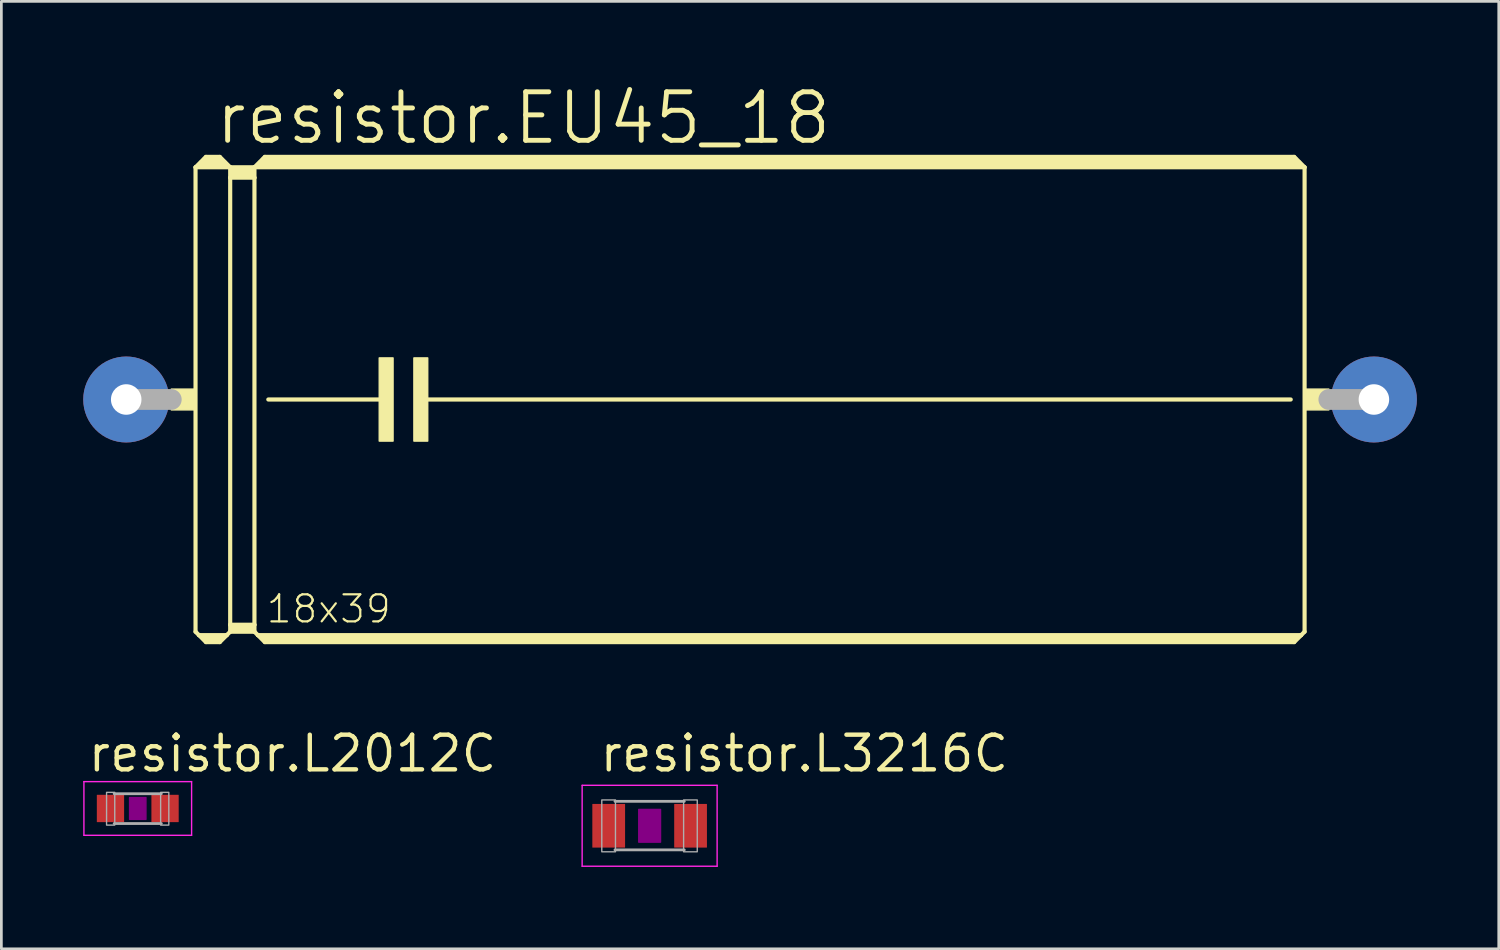
<source format=kicad_pcb>
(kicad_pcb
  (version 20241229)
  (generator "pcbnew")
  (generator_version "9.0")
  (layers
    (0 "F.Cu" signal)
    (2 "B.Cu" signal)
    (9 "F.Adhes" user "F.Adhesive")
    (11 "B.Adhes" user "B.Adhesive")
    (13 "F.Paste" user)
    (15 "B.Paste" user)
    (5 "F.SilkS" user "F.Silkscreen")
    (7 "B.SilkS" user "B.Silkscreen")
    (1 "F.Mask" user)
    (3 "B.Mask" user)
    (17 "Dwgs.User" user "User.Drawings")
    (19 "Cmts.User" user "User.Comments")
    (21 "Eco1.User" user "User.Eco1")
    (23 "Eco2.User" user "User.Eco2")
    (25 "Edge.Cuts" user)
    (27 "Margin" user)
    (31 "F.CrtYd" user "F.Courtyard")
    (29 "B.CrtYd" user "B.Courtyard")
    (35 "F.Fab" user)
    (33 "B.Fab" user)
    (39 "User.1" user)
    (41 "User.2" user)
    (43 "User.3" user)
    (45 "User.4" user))
  (footprint "resistor.L3216C"
    (layer "F.Cu")
    (at 20.755 27.21)
    (property "Reference" "resistor.L3216C" (at -1.905 -1.905 0) (layer "F.SilkS") (effects (font (size 1.27 1.27) (thickness 0.16)) (justify left bottom)))
    (attr smd)
    (fp_rect (start -0.4 0.6) (end 0.4 -0.6) (stroke (width 0.05) (type default)) (fill yes) (layer "F.Adhes"))
    (fp_line (start -2.473 -1.483) (end 2.473 -1.483) (stroke (width 0.051) (type default)) (layer "F.CrtYd"))
    (fp_line (start -2.473 1.483) (end -2.473 -1.483) (stroke (width 0.051) (type default)) (layer "F.CrtYd"))
    (fp_line (start 2.473 -1.483) (end 2.473 1.483) (stroke (width 0.051) (type default)) (layer "F.CrtYd"))
    (fp_line (start 2.473 1.483) (end -2.473 1.483) (stroke (width 0.051) (type default)) (layer "F.CrtYd"))
    (fp_line (start -1.27 -0.896) (end 1.27 -0.896) (stroke (width 0.102) (type default)) (layer "F.Fab"))
    (fp_line (start -1.27 0.883) (end 1.27 0.883) (stroke (width 0.102) (type default)) (layer "F.Fab"))
    (fp_rect (start -1.753 0.953) (end -1.252 -0.947) (stroke (width 0.05) (type default)) (fill no) (layer "F.Fab"))
    (fp_rect (start 1.245 0.953) (end 1.745 -0.947) (stroke (width 0.05) (type default)) (fill no) (layer "F.Fab"))
    (pad "1" smd roundrect (at -1.5 0) (size 1.2 1.6) (layers "F.Cu" "F.Mask" "F.Paste") (roundrect_rratio 0.01))
    (pad "2" smd roundrect (at 1.5 0) (size 1.2 1.6) (layers "F.Cu" "F.Mask" "F.Paste") (roundrect_rratio 0.01)))
  (footprint "resistor.EU45_18"
    (layer "F.Cu")
    (at 24.435 11.589)
    (property "Reference" "resistor.EU45_18" (at -19.685 -9.271 0) (layer "F.SilkS") (effects (font (size 1.778 1.778) (thickness 0.18)) (justify left bottom)))
    (attr through_hole)
    (fp_line (start -20.32 -8.509) (end -20.32 8.509) (stroke (width 0.152) (type default)) (layer "F.SilkS"))
    (fp_line (start -20.32 -8.509) (end -19.939 -8.89) (stroke (width 0.152) (type default)) (layer "F.SilkS"))
    (fp_line (start -20.32 -8.509) (end -19.05 -8.509) (stroke (width 0.152) (type default)) (layer "F.SilkS"))
    (fp_line (start -20.32 8.509) (end -20.193 8.636) (stroke (width 0.152) (type default)) (layer "F.SilkS"))
    (fp_line (start -20.193 8.636) (end -19.939 8.89) (stroke (width 0.152) (type default)) (layer "F.SilkS"))
    (fp_line (start -20.193 8.636) (end -19.177 8.636) (stroke (width 0.152) (type default)) (layer "F.SilkS"))
    (fp_line (start -20.066 -8.636) (end -19.304 -8.636) (stroke (width 0.305) (type default)) (layer "F.SilkS"))
    (fp_line (start -19.939 -8.89) (end -19.431 -8.89) (stroke (width 0.152) (type default)) (layer "F.SilkS"))
    (fp_line (start -19.939 -8.763) (end -19.431 -8.763) (stroke (width 0.305) (type default)) (layer "F.SilkS"))
    (fp_line (start -19.939 8.763) (end -19.431 8.763) (stroke (width 0.254) (type default)) (layer "F.SilkS"))
    (fp_line (start -19.939 8.89) (end -19.431 8.89) (stroke (width 0.152) (type default)) (layer "F.SilkS"))
    (fp_line (start -19.177 8.636) (end -19.431 8.89) (stroke (width 0.152) (type default)) (layer "F.SilkS"))
    (fp_line (start -19.05 -8.509) (end -19.431 -8.89) (stroke (width 0.152) (type default)) (layer "F.SilkS"))
    (fp_line (start -19.05 -8.509) (end -19.05 -8.128) (stroke (width 0.152) (type default)) (layer "F.SilkS"))
    (fp_line (start -19.05 -8.509) (end -18.161 -8.509) (stroke (width 0.152) (type default)) (layer "F.SilkS"))
    (fp_line (start -19.05 -8.128) (end -18.161 -8.128) (stroke (width 0.152) (type default)) (layer "F.SilkS"))
    (fp_line (start -19.05 8.255) (end -19.05 -8.128) (stroke (width 0.152) (type default)) (layer "F.SilkS"))
    (fp_line (start -19.05 8.255) (end -18.161 8.255) (stroke (width 0.152) (type default)) (layer "F.SilkS"))
    (fp_line (start -19.05 8.509) (end -19.177 8.636) (stroke (width 0.152) (type default)) (layer "F.SilkS"))
    (fp_line (start -19.05 8.509) (end -19.05 8.255) (stroke (width 0.152) (type default)) (layer "F.SilkS"))
    (fp_line (start -19.05 8.509) (end -18.161 8.509) (stroke (width 0.152) (type default)) (layer "F.SilkS"))
    (fp_line (start -18.923 -8.382) (end -18.288 -8.382) (stroke (width 0.305) (type default)) (layer "F.SilkS"))
    (fp_line (start -18.923 -8.255) (end -18.288 -8.255) (stroke (width 0.305) (type default)) (layer "F.SilkS"))
    (fp_line (start -18.923 8.382) (end -18.288 8.382) (stroke (width 0.254) (type default)) (layer "F.SilkS"))
    (fp_line (start -18.161 -8.509) (end -18.161 -8.128) (stroke (width 0.152) (type default)) (layer "F.SilkS"))
    (fp_line (start -18.161 -8.509) (end 20.32 -8.509) (stroke (width 0.152) (type default)) (layer "F.SilkS"))
    (fp_line (start -18.161 -8.128) (end -18.161 8.255) (stroke (width 0.152) (type default)) (layer "F.SilkS"))
    (fp_line (start -18.161 8.255) (end -18.161 8.509) (stroke (width 0.152) (type default)) (layer "F.SilkS"))
    (fp_line (start -18.034 8.636) (end -18.161 8.509) (stroke (width 0.152) (type default)) (layer "F.SilkS"))
    (fp_line (start -18.034 8.636) (end 20.193 8.636) (stroke (width 0.152) (type default)) (layer "F.SilkS"))
    (fp_line (start -17.907 -8.636) (end 20.066 -8.636) (stroke (width 0.305) (type default)) (layer "F.SilkS"))
    (fp_line (start -17.78 -8.89) (end -18.161 -8.509) (stroke (width 0.152) (type default)) (layer "F.SilkS"))
    (fp_line (start -17.78 -8.89) (end 19.939 -8.89) (stroke (width 0.152) (type default)) (layer "F.SilkS"))
    (fp_line (start -17.78 -8.763) (end 19.939 -8.763) (stroke (width 0.305) (type default)) (layer "F.SilkS"))
    (fp_line (start -17.78 8.763) (end 19.939 8.763) (stroke (width 0.254) (type default)) (layer "F.SilkS"))
    (fp_line (start -17.78 8.89) (end -18.034 8.636) (stroke (width 0.152) (type default)) (layer "F.SilkS"))
    (fp_line (start -17.78 8.89) (end 19.939 8.89) (stroke (width 0.152) (type default)) (layer "F.SilkS"))
    (fp_line (start -17.653 0) (end -13.335 0) (stroke (width 0.152) (type default)) (layer "F.SilkS"))
    (fp_line (start -11.938 0) (end 19.812 0) (stroke (width 0.152) (type default)) (layer "F.SilkS"))
    (fp_line (start 19.939 -8.89) (end 20.32 -8.509) (stroke (width 0.152) (type default)) (layer "F.SilkS"))
    (fp_line (start 19.939 8.89) (end 20.193 8.636) (stroke (width 0.152) (type default)) (layer "F.SilkS"))
    (fp_line (start 20.193 8.636) (end 20.32 8.509) (stroke (width 0.152) (type default)) (layer "F.SilkS"))
    (fp_line (start 20.32 -8.509) (end 20.32 8.509) (stroke (width 0.152) (type default)) (layer "F.SilkS"))
    (fp_rect (start -21.209 0.381) (end -20.32 -0.381) (stroke (width 0.05) (type default)) (fill yes) (layer "F.SilkS"))
    (fp_rect (start -13.589 1.524) (end -13.081 -1.524) (stroke (width 0.05) (type default)) (fill yes) (layer "F.SilkS"))
    (fp_rect (start -12.319 1.524) (end -11.811 -1.524) (stroke (width 0.05) (type default)) (fill yes) (layer "F.SilkS"))
    (fp_rect (start 20.32 0.381) (end 21.209 -0.381) (stroke (width 0.05) (type default)) (fill yes) (layer "F.SilkS"))
    (fp_line (start -22.86 0) (end -21.209 0) (stroke (width 0.762) (type default)) (layer "F.Fab"))
    (fp_line (start 22.86 0) (end 21.209 0) (stroke (width 0.762) (type default)) (layer "F.Fab"))
    (fp_text user "18x39" (at -17.78 8.255 0) (layer "F.SilkS") (effects (font (size 0.991 0.991) (thickness 0.08)) (justify left bottom)))
    (pad "1" thru_hole circle (at -22.86 0) (size 3.15 3.15) (drill 1.118) (layers "*.Cu" "*.Mask"))
    (pad "2" thru_hole circle (at 22.86 0) (size 3.15 3.15) (drill 1.118) (layers "*.Cu" "*.Mask")))
  (footprint "resistor.L2012C"
    (layer "F.Cu")
    (at 1.998 26.575)
    (property "Reference" "resistor.L2012C" (at -1.905 -1.27 0) (layer "F.SilkS") (effects (font (size 1.27 1.27) (thickness 0.16)) (justify left bottom)))
    (attr smd)
    (fp_rect (start -0.3 0.4) (end 0.3 -0.4) (stroke (width 0.05) (type default)) (fill yes) (layer "F.Adhes"))
    (fp_line (start -1.973 -0.983) (end 1.973 -0.983) (stroke (width 0.051) (type default)) (layer "F.CrtYd"))
    (fp_line (start -1.973 0.983) (end -1.973 -0.983) (stroke (width 0.051) (type default)) (layer "F.CrtYd"))
    (fp_line (start 1.973 -0.983) (end 1.973 0.983) (stroke (width 0.051) (type default)) (layer "F.CrtYd"))
    (fp_line (start 1.973 0.983) (end -1.973 0.983) (stroke (width 0.051) (type default)) (layer "F.CrtYd"))
    (fp_line (start -0.864 -0.54) (end 0.864 -0.54) (stroke (width 0.102) (type default)) (layer "F.Fab"))
    (fp_line (start -0.864 0.553) (end 0.864 0.553) (stroke (width 0.102) (type default)) (layer "F.Fab"))
    (fp_rect (start -1.143 0.61) (end -0.843 -0.59) (stroke (width 0.05) (type default)) (fill no) (layer "F.Fab"))
    (fp_rect (start 0.838 0.61) (end 1.138 -0.59) (stroke (width 0.05) (type default)) (fill no) (layer "F.Fab"))
    (pad "1" smd roundrect (at -1 0) (size 1 1) (layers "F.Cu" "F.Mask" "F.Paste") (roundrect_rratio 0.01))
    (pad "2" smd roundrect (at 1 0) (size 1 1) (layers "F.Cu" "F.Mask" "F.Paste") (roundrect_rratio 0.01)))
  (gr_rect
    (start -3 -3)
    (end 51.87 31.719)
    (stroke (width 0.1) (type default))
    (fill no)
    (layer "Edge.Cuts")))
</source>
